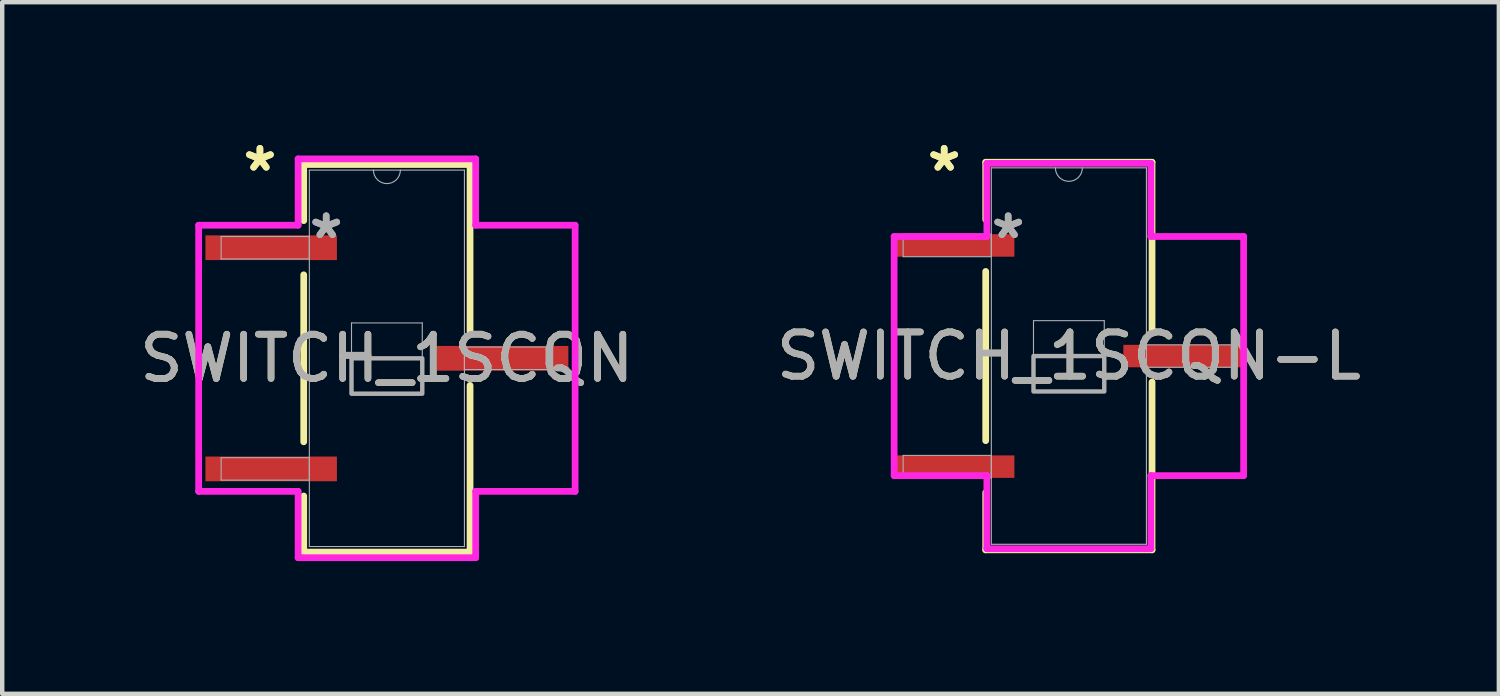
<source format=kicad_pcb>
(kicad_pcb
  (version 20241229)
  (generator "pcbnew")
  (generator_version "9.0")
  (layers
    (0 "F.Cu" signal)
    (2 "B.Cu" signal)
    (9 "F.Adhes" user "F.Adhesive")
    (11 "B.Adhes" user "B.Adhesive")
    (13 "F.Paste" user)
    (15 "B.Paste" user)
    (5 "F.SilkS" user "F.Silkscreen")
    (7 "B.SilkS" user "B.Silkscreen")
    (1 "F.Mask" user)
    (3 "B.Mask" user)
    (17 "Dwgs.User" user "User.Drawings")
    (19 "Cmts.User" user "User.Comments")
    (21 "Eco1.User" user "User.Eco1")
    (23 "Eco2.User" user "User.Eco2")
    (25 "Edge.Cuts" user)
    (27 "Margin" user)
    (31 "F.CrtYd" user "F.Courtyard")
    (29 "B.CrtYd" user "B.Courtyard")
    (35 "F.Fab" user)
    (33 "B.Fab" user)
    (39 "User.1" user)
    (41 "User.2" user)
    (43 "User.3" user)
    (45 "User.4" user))
  (footprint "SWITCH_1SCQN"
    (layer "F.Cu")
    (at 5.696 5.05)
    (property "Reference" "SWITCH_1SCQN" (at 0 0 0) (unlocked yes) (layer "F.SilkS") (effects (font (size 1 1) (thickness 0.15))))
    (attr smd)
    (fp_line (start -1.88 -4.381) (end -1.88 -3.112) (stroke (width 0.152) (type solid)) (layer "F.SilkS"))
    (fp_line (start -1.88 -1.888) (end -1.88 1.888) (stroke (width 0.152) (type solid)) (layer "F.SilkS"))
    (fp_line (start -1.88 3.112) (end -1.88 4.381) (stroke (width 0.152) (type solid)) (layer "F.SilkS"))
    (fp_line (start -1.88 4.381) (end 1.88 4.381) (stroke (width 0.152) (type solid)) (layer "F.SilkS"))
    (fp_line (start 1.88 -4.381) (end -1.88 -4.381) (stroke (width 0.152) (type solid)) (layer "F.SilkS"))
    (fp_line (start 1.88 -0.612) (end 1.88 -4.381) (stroke (width 0.152) (type solid)) (layer "F.SilkS"))
    (fp_line (start 1.88 4.381) (end 1.88 0.612) (stroke (width 0.152) (type solid)) (layer "F.SilkS"))
    (fp_line (start -4.255 -3.008) (end -2.007 -3.008) (stroke (width 0.152) (type solid)) (layer "F.CrtYd"))
    (fp_line (start -4.255 3.008) (end -4.255 -3.008) (stroke (width 0.152) (type solid)) (layer "F.CrtYd"))
    (fp_line (start -2.007 -4.508) (end 2.007 -4.508) (stroke (width 0.152) (type solid)) (layer "F.CrtYd"))
    (fp_line (start -2.007 -3.008) (end -2.007 -4.508) (stroke (width 0.152) (type solid)) (layer "F.CrtYd"))
    (fp_line (start -2.007 3.008) (end -4.255 3.008) (stroke (width 0.152) (type solid)) (layer "F.CrtYd"))
    (fp_line (start -2.007 4.508) (end -2.007 3.008) (stroke (width 0.152) (type solid)) (layer "F.CrtYd"))
    (fp_line (start 2.007 -4.508) (end 2.007 -3.008) (stroke (width 0.152) (type solid)) (layer "F.CrtYd"))
    (fp_line (start 2.007 -3.008) (end 4.255 -3.008) (stroke (width 0.152) (type solid)) (layer "F.CrtYd"))
    (fp_line (start 2.007 3.008) (end 2.007 4.508) (stroke (width 0.152) (type solid)) (layer "F.CrtYd"))
    (fp_line (start 2.007 4.508) (end -2.007 4.508) (stroke (width 0.152) (type solid)) (layer "F.CrtYd"))
    (fp_line (start 4.255 -3.008) (end 4.255 3.008) (stroke (width 0.152) (type solid)) (layer "F.CrtYd"))
    (fp_line (start 4.255 3.008) (end 2.007 3.008) (stroke (width 0.152) (type solid)) (layer "F.CrtYd"))
    (fp_line (start -3.747 -2.754) (end -3.747 -2.246) (stroke (width 0.025) (type solid)) (layer "F.Fab"))
    (fp_line (start -3.747 -2.246) (end -1.753 -2.246) (stroke (width 0.025) (type solid)) (layer "F.Fab"))
    (fp_line (start -3.747 2.246) (end -3.747 2.754) (stroke (width 0.025) (type solid)) (layer "F.Fab"))
    (fp_line (start -3.747 2.754) (end -1.753 2.754) (stroke (width 0.025) (type solid)) (layer "F.Fab"))
    (fp_line (start -1.753 -4.255) (end -1.753 4.255) (stroke (width 0.025) (type solid)) (layer "F.Fab"))
    (fp_line (start -1.753 -2.754) (end -3.747 -2.754) (stroke (width 0.025) (type solid)) (layer "F.Fab"))
    (fp_line (start -1.753 -2.246) (end -1.753 -2.754) (stroke (width 0.025) (type solid)) (layer "F.Fab"))
    (fp_line (start -1.753 2.246) (end -3.747 2.246) (stroke (width 0.025) (type solid)) (layer "F.Fab"))
    (fp_line (start -1.753 2.754) (end -1.753 2.246) (stroke (width 0.025) (type solid)) (layer "F.Fab"))
    (fp_line (start -1.753 4.255) (end 1.753 4.255) (stroke (width 0.025) (type solid)) (layer "F.Fab"))
    (fp_line (start -0.8 -0.8) (end 0.8 -0.8) (stroke (width 0.025) (type solid)) (layer "F.Fab"))
    (fp_line (start -0.8 0.8) (end -0.8 -0.8) (stroke (width 0.025) (type solid)) (layer "F.Fab"))
    (fp_line (start 0.8 -0.8) (end 0.8 0.8) (stroke (width 0.025) (type solid)) (layer "F.Fab"))
    (fp_line (start 0.8 0.8) (end -0.8 0.8) (stroke (width 0.025) (type solid)) (layer "F.Fab"))
    (fp_line (start 1.753 -4.255) (end -1.753 -4.255) (stroke (width 0.025) (type solid)) (layer "F.Fab"))
    (fp_line (start 1.753 -0.254) (end 1.753 0.254) (stroke (width 0.025) (type solid)) (layer "F.Fab"))
    (fp_line (start 1.753 0.254) (end 3.747 0.254) (stroke (width 0.025) (type solid)) (layer "F.Fab"))
    (fp_line (start 1.753 4.255) (end 1.753 -4.255) (stroke (width 0.025) (type solid)) (layer "F.Fab"))
    (fp_line (start 3.747 -0.254) (end 1.753 -0.254) (stroke (width 0.025) (type solid)) (layer "F.Fab"))
    (fp_line (start 3.747 0.254) (end 3.747 -0.254) (stroke (width 0.025) (type solid)) (layer "F.Fab"))
    (fp_arc (start 0.3048 -4.2545) (mid 0 -3.9497) (end -0.3048 -4.2545) (stroke (width 0.0254) (type solid)) (layer "F.Fab"))
    (fp_poly (pts (xy -0.8 0.8) (xy -0.8 0) (xy 0.8 0) (xy 0.8 0.8)) (stroke (width 0.1) (type solid)) (fill no) (layer "F.Fab"))
    (fp_text user "*" (at -2.87 -4.202 0) (layer "F.SilkS") (effects (font (size 1 1) (thickness 0.15))))
    (fp_text user "*" (at -2.87 -4.202 0) (unlocked yes) (layer "F.SilkS") (effects (font (size 1 1) (thickness 0.15))))
    (fp_text user "*" (at -1.372 -2.678 0) (layer "F.Fab") (effects (font (size 1 1) (thickness 0.15))))
    (fp_text user "${REFERENCE}" (at 0 0 0) (unlocked yes) (layer "F.Fab") (effects (font (size 1 1) (thickness 0.15))))
    (fp_text user "*" (at -1.372 -2.678 0) (unlocked yes) (layer "F.Fab") (effects (font (size 1 1) (thickness 0.15))))
    (pad "1" smd rect (at -2.616 -2.5) (size 2.972 0.559) (layers "F.Cu" "F.Mask" "F.Paste"))
    (pad "2" smd rect (at 2.616 0) (size 2.972 0.559) (layers "F.Cu" "F.Mask" "F.Paste"))
    (pad "3" smd rect (at -2.616 2.5) (size 2.972 0.559) (layers "F.Cu" "F.Mask" "F.Paste")))
  (footprint "SWITCH_1SCQN-L"
    (layer "F.Cu")
    (at 21.113 4.999)
    (property "Reference" "SWITCH_1SCQN-L" (at 0 0 0) (unlocked yes) (layer "F.SilkS") (effects (font (size 1 1) (thickness 0.15))))
    (attr smd)
    (fp_line (start -1.88 -4.381) (end -1.88 -3.087) (stroke (width 0.152) (type solid)) (layer "F.SilkS"))
    (fp_line (start -1.88 -1.913) (end -1.88 1.913) (stroke (width 0.152) (type solid)) (layer "F.SilkS"))
    (fp_line (start -1.88 3.087) (end -1.88 4.381) (stroke (width 0.152) (type solid)) (layer "F.SilkS"))
    (fp_line (start -1.88 4.381) (end 1.88 4.381) (stroke (width 0.152) (type solid)) (layer "F.SilkS"))
    (fp_line (start 1.88 -4.381) (end -1.88 -4.381) (stroke (width 0.152) (type solid)) (layer "F.SilkS"))
    (fp_line (start 1.88 -0.587) (end 1.88 -4.381) (stroke (width 0.152) (type solid)) (layer "F.SilkS"))
    (fp_line (start 1.88 4.381) (end 1.88 0.587) (stroke (width 0.152) (type solid)) (layer "F.SilkS"))
    (fp_line (start -3.95 -2.703) (end -1.854 -2.703) (stroke (width 0.152) (type solid)) (layer "F.CrtYd"))
    (fp_line (start -3.95 2.703) (end -3.95 -2.703) (stroke (width 0.152) (type solid)) (layer "F.CrtYd"))
    (fp_line (start -1.854 -4.356) (end 1.854 -4.356) (stroke (width 0.152) (type solid)) (layer "F.CrtYd"))
    (fp_line (start -1.854 -2.703) (end -1.854 -4.356) (stroke (width 0.152) (type solid)) (layer "F.CrtYd"))
    (fp_line (start -1.854 2.703) (end -3.95 2.703) (stroke (width 0.152) (type solid)) (layer "F.CrtYd"))
    (fp_line (start -1.854 4.356) (end -1.854 2.703) (stroke (width 0.152) (type solid)) (layer "F.CrtYd"))
    (fp_line (start 1.854 -4.356) (end 1.854 -2.703) (stroke (width 0.152) (type solid)) (layer "F.CrtYd"))
    (fp_line (start 1.854 -2.703) (end 3.95 -2.703) (stroke (width 0.152) (type solid)) (layer "F.CrtYd"))
    (fp_line (start 1.854 2.703) (end 1.854 4.356) (stroke (width 0.152) (type solid)) (layer "F.CrtYd"))
    (fp_line (start 1.854 4.356) (end -1.854 4.356) (stroke (width 0.152) (type solid)) (layer "F.CrtYd"))
    (fp_line (start 3.95 -2.703) (end 3.95 2.703) (stroke (width 0.152) (type solid)) (layer "F.CrtYd"))
    (fp_line (start 3.95 2.703) (end 1.854 2.703) (stroke (width 0.152) (type solid)) (layer "F.CrtYd"))
    (fp_line (start -3.747 -2.754) (end -3.747 -2.246) (stroke (width 0.025) (type solid)) (layer "F.Fab"))
    (fp_line (start -3.747 -2.246) (end -1.753 -2.246) (stroke (width 0.025) (type solid)) (layer "F.Fab"))
    (fp_line (start -3.747 2.246) (end -3.747 2.754) (stroke (width 0.025) (type solid)) (layer "F.Fab"))
    (fp_line (start -3.747 2.754) (end -1.753 2.754) (stroke (width 0.025) (type solid)) (layer "F.Fab"))
    (fp_line (start -1.753 -4.255) (end -1.753 4.255) (stroke (width 0.025) (type solid)) (layer "F.Fab"))
    (fp_line (start -1.753 -2.754) (end -3.747 -2.754) (stroke (width 0.025) (type solid)) (layer "F.Fab"))
    (fp_line (start -1.753 -2.246) (end -1.753 -2.754) (stroke (width 0.025) (type solid)) (layer "F.Fab"))
    (fp_line (start -1.753 2.246) (end -3.747 2.246) (stroke (width 0.025) (type solid)) (layer "F.Fab"))
    (fp_line (start -1.753 2.754) (end -1.753 2.246) (stroke (width 0.025) (type solid)) (layer "F.Fab"))
    (fp_line (start -1.753 4.255) (end 1.753 4.255) (stroke (width 0.025) (type solid)) (layer "F.Fab"))
    (fp_line (start -0.8 -0.8) (end 0.8 -0.8) (stroke (width 0.025) (type solid)) (layer "F.Fab"))
    (fp_line (start -0.8 0.8) (end -0.8 -0.8) (stroke (width 0.025) (type solid)) (layer "F.Fab"))
    (fp_line (start 0.8 -0.8) (end 0.8 0.8) (stroke (width 0.025) (type solid)) (layer "F.Fab"))
    (fp_line (start 0.8 0.8) (end -0.8 0.8) (stroke (width 0.025) (type solid)) (layer "F.Fab"))
    (fp_line (start 1.753 -4.255) (end -1.753 -4.255) (stroke (width 0.025) (type solid)) (layer "F.Fab"))
    (fp_line (start 1.753 -0.254) (end 1.753 0.254) (stroke (width 0.025) (type solid)) (layer "F.Fab"))
    (fp_line (start 1.753 0.254) (end 3.747 0.254) (stroke (width 0.025) (type solid)) (layer "F.Fab"))
    (fp_line (start 1.753 4.255) (end 1.753 -4.255) (stroke (width 0.025) (type solid)) (layer "F.Fab"))
    (fp_line (start 3.747 -0.254) (end 1.753 -0.254) (stroke (width 0.025) (type solid)) (layer "F.Fab"))
    (fp_line (start 3.747 0.254) (end 3.747 -0.254) (stroke (width 0.025) (type solid)) (layer "F.Fab"))
    (fp_arc (start 0.3048 -4.2545) (mid 0 -3.9497) (end -0.3048 -4.2545) (stroke (width 0.0254) (type solid)) (layer "F.Fab"))
    (fp_poly (pts (xy -0.8 0.8) (xy -0.8 0) (xy 0.8 0) (xy 0.8 0.8)) (stroke (width 0.1) (type solid)) (fill no) (layer "F.Fab"))
    (fp_text user "*" (at -2.819 -4.151 0) (unlocked yes) (layer "F.SilkS") (effects (font (size 1 1) (thickness 0.15))))
    (fp_text user "*" (at -2.819 -4.151 0) (layer "F.SilkS") (effects (font (size 1 1) (thickness 0.15))))
    (fp_text user "*" (at -1.372 -2.627 0) (layer "F.Fab") (effects (font (size 1 1) (thickness 0.15))))
    (fp_text user "*" (at -1.372 -2.627 0) (unlocked yes) (layer "F.Fab") (effects (font (size 1 1) (thickness 0.15))))
    (fp_text user "${REFERENCE}" (at 0 0 0) (unlocked yes) (layer "F.Fab") (effects (font (size 1 1) (thickness 0.15))))
    (pad "1" smd rect (at -2.565 -2.5) (size 2.667 0.508) (layers "F.Cu" "F.Mask" "F.Paste"))
    (pad "2" smd rect (at 2.565 0) (size 2.667 0.508) (layers "F.Cu" "F.Mask" "F.Paste"))
    (pad "3" smd rect (at -2.565 2.5) (size 2.667 0.508) (layers "F.Cu" "F.Mask" "F.Paste")))
  (gr_rect
    (start -3 -3)
    (end 30.833 12.635)
    (stroke (width 0.1) (type default))
    (fill no)
    (layer "Edge.Cuts")))
</source>
